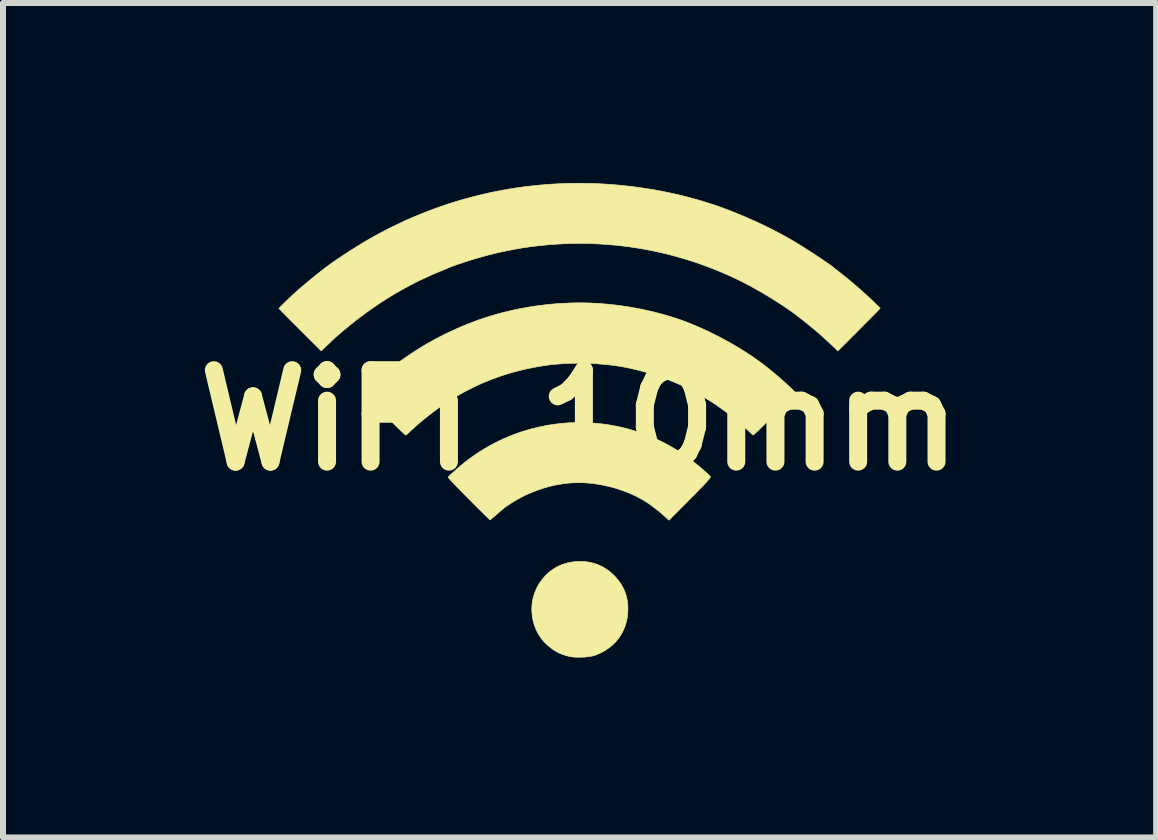
<source format=kicad_pcb>
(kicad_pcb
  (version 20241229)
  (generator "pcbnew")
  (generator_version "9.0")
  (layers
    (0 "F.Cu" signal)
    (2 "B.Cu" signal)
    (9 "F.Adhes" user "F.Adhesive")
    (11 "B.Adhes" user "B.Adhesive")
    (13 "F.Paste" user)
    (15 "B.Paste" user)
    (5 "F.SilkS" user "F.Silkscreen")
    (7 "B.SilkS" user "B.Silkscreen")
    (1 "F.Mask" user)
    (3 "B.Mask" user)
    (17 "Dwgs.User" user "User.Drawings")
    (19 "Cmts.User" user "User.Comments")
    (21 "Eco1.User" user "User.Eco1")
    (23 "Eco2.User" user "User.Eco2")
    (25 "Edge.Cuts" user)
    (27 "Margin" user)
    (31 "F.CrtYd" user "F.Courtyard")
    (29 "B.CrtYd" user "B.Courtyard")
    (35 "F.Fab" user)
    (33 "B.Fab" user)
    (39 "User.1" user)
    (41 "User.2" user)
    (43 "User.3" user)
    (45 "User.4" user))
  (footprint "WiFi_10mm"
    (layer "F.Cu")
    (at 6.611 3.956)
    (property "Reference" "WiFi_10mm" (at 0 0 0) (layer "F.SilkS") (effects (font (size 1.524 1.524) (thickness 0.3))))
    (attr through_hole)
    (fp_poly (pts (xy 0.041 2.353) (xy 0.081 2.355) (xy 0.096 2.357) (xy 0.14 2.362) (xy 0.182 2.37) (xy 0.224 2.38) (xy 0.265 2.392) (xy 0.304 2.406) (xy 0.343 2.423) (xy 0.381 2.442) (xy 0.418 2.463) (xy 0.454 2.486) (xy 0.484 2.507) (xy 0.499 2.519) (xy 0.513 2.531) (xy 0.527 2.543) (xy 0.541 2.555) (xy 0.556 2.569) (xy 0.569 2.581) (xy 0.6 2.614) (xy 0.629 2.647) (xy 0.656 2.681) (xy 0.681 2.715) (xy 0.703 2.751) (xy 0.723 2.787) (xy 0.741 2.824) (xy 0.757 2.862) (xy 0.771 2.901) (xy 0.778 2.925) (xy 0.788 2.963) (xy 0.795 3.003) (xy 0.801 3.043) (xy 0.805 3.085) (xy 0.807 3.127) (xy 0.806 3.169) (xy 0.804 3.212) (xy 0.8 3.255) (xy 0.794 3.297) (xy 0.791 3.314) (xy 0.781 3.356) (xy 0.77 3.398) (xy 0.757 3.438) (xy 0.741 3.478) (xy 0.723 3.517) (xy 0.703 3.554) (xy 0.682 3.59) (xy 0.658 3.625) (xy 0.633 3.659) (xy 0.626 3.666) (xy 0.612 3.683) (xy 0.597 3.699) (xy 0.582 3.715) (xy 0.567 3.729) (xy 0.561 3.736) (xy 0.553 3.743) (xy 0.547 3.748) (xy 0.542 3.753) (xy 0.538 3.756) (xy 0.534 3.76) (xy 0.53 3.763) (xy 0.525 3.767) (xy 0.52 3.771) (xy 0.514 3.776) (xy 0.513 3.777) (xy 0.479 3.802) (xy 0.444 3.826) (xy 0.407 3.849) (xy 0.369 3.869) (xy 0.329 3.888) (xy 0.289 3.906) (xy 0.259 3.917) (xy 0.239 3.923) (xy 0.218 3.929) (xy 0.194 3.934) (xy 0.168 3.938) (xy 0.14 3.942) (xy 0.11 3.945) (xy 0.078 3.948) (xy 0.049 3.949) (xy 0.038 3.95) (xy 0.025 3.95) (xy 0.012 3.95) (xy -0.002 3.95) (xy -0.017 3.95) (xy -0.031 3.95) (xy -0.044 3.95) (xy -0.057 3.95) (xy -0.067 3.949) (xy -0.069 3.949) (xy -0.097 3.947) (xy -0.122 3.945) (xy -0.147 3.941) (xy -0.169 3.937) (xy -0.175 3.935) (xy -0.213 3.926) (xy -0.249 3.915) (xy -0.283 3.904) (xy -0.316 3.891) (xy -0.348 3.876) (xy -0.379 3.86) (xy -0.41 3.842) (xy -0.44 3.822) (xy -0.471 3.8) (xy -0.499 3.778) (xy -0.524 3.757) (xy -0.547 3.737) (xy -0.568 3.717) (xy -0.589 3.696) (xy -0.608 3.674) (xy -0.627 3.651) (xy -0.637 3.637) (xy -0.661 3.603) (xy -0.684 3.567) (xy -0.704 3.53) (xy -0.723 3.492) (xy -0.739 3.453) (xy -0.754 3.413) (xy -0.766 3.372) (xy -0.776 3.33) (xy -0.784 3.288) (xy -0.79 3.245) (xy -0.794 3.202) (xy -0.796 3.159) (xy -0.795 3.116) (xy -0.792 3.073) (xy -0.791 3.068) (xy -0.786 3.025) (xy -0.778 2.982) (xy -0.768 2.94) (xy -0.755 2.898) (xy -0.741 2.858) (xy -0.724 2.819) (xy -0.706 2.78) (xy -0.685 2.743) (xy -0.662 2.707) (xy -0.661 2.705) (xy -0.634 2.668) (xy -0.606 2.633) (xy -0.577 2.599) (xy -0.547 2.568) (xy -0.515 2.54) (xy -0.482 2.513) (xy -0.448 2.488) (xy -0.413 2.465) (xy -0.377 2.444) (xy -0.339 2.426) (xy -0.3 2.409) (xy -0.26 2.395) (xy -0.219 2.383) (xy -0.203 2.378) (xy -0.164 2.37) (xy -0.124 2.363) (xy -0.083 2.358) (xy -0.041 2.354) (xy -0.000035 2.353) (xy 0.041 2.353)) (stroke (width 0.01) (type solid)) (fill yes) (layer "F.SilkS"))
    (fp_poly (pts (xy 0.064 0.038) (xy 0.129 0.04) (xy 0.195 0.044) (xy 0.261 0.049) (xy 0.289 0.051) (xy 0.372 0.06) (xy 0.455 0.071) (xy 0.538 0.085) (xy 0.62 0.1) (xy 0.702 0.118) (xy 0.784 0.138) (xy 0.864 0.161) (xy 0.944 0.185) (xy 1.024 0.211) (xy 1.102 0.24) (xy 1.179 0.271) (xy 1.256 0.303) (xy 1.331 0.338) (xy 1.405 0.374) (xy 1.477 0.413) (xy 1.549 0.453) (xy 1.604 0.486) (xy 1.66 0.521) (xy 1.716 0.558) (xy 1.772 0.597) (xy 1.827 0.637) (xy 1.883 0.679) (xy 1.938 0.723) (xy 1.994 0.769) (xy 2.051 0.817) (xy 2.069 0.833) (xy 2.082 0.845) (xy 2.094 0.855) (xy 2.104 0.864) (xy 2.114 0.873) (xy 2.123 0.881) (xy 2.131 0.889) (xy 2.139 0.896) (xy 2.148 0.905) (xy 2.153 0.91) (xy 2.161 0.918) (xy 2.169 0.926) (xy 2.174 0.932) (xy 2.178 0.936) (xy 2.181 0.94) (xy 2.183 0.943) (xy 2.184 0.945) (xy 2.183 0.946) (xy 2.181 0.951) (xy 2.178 0.957) (xy 2.172 0.964) (xy 2.165 0.974) (xy 2.156 0.985) (xy 2.145 0.997) (xy 2.133 1.011) (xy 2.119 1.027) (xy 2.103 1.044) (xy 2.085 1.063) (xy 2.066 1.084) (xy 2.045 1.106) (xy 2.022 1.13) (xy 1.997 1.155) (xy 1.971 1.182) (xy 1.943 1.211) (xy 1.913 1.242) (xy 1.881 1.274) (xy 1.871 1.284) (xy 1.855 1.3) (xy 1.839 1.316) (xy 1.822 1.333) (xy 1.805 1.35) (xy 1.788 1.368) (xy 1.77 1.386) (xy 1.752 1.404) (xy 1.735 1.422) (xy 1.717 1.44) (xy 1.699 1.457) (xy 1.682 1.475) (xy 1.664 1.492) (xy 1.648 1.509) (xy 1.631 1.526) (xy 1.615 1.542) (xy 1.6 1.557) (xy 1.585 1.572) (xy 1.571 1.586) (xy 1.558 1.599) (xy 1.546 1.611) (xy 1.535 1.622) (xy 1.525 1.632) (xy 1.516 1.641) (xy 1.509 1.649) (xy 1.503 1.655) (xy 1.498 1.66) (xy 1.494 1.663) (xy 1.493 1.665) (xy 1.492 1.665) (xy 1.491 1.665) (xy 1.489 1.663) (xy 1.485 1.659) (xy 1.479 1.655) (xy 1.473 1.649) (xy 1.466 1.643) (xy 1.458 1.636) (xy 1.451 1.629) (xy 1.432 1.612) (xy 1.415 1.597) (xy 1.399 1.583) (xy 1.385 1.57) (xy 1.371 1.559) (xy 1.359 1.548) (xy 1.348 1.539) (xy 1.338 1.53) (xy 1.328 1.522) (xy 1.319 1.514) (xy 1.311 1.507) (xy 1.302 1.501) (xy 1.294 1.494) (xy 1.286 1.488) (xy 1.278 1.482) (xy 1.271 1.477) (xy 1.263 1.471) (xy 1.255 1.464) (xy 1.245 1.457) (xy 1.235 1.45) (xy 1.226 1.443) (xy 1.222 1.44) (xy 1.204 1.426) (xy 1.188 1.414) (xy 1.174 1.404) (xy 1.159 1.393) (xy 1.146 1.384) (xy 1.132 1.375) (xy 1.119 1.366) (xy 1.104 1.357) (xy 1.095 1.351) (xy 1.045 1.321) (xy 0.992 1.292) (xy 0.938 1.264) (xy 0.882 1.238) (xy 0.825 1.213) (xy 0.766 1.19) (xy 0.706 1.168) (xy 0.645 1.147) (xy 0.583 1.128) (xy 0.52 1.111) (xy 0.456 1.096) (xy 0.392 1.082) (xy 0.328 1.07) (xy 0.263 1.06) (xy 0.228 1.055) (xy 0.197 1.052) (xy 0.167 1.049) (xy 0.138 1.046) (xy 0.109 1.044) (xy 0.08 1.042) (xy 0.051 1.041) (xy 0.019 1.041) (xy 0.011 1.041) (xy -0.04 1.041) (xy -0.089 1.042) (xy -0.137 1.044) (xy -0.184 1.048) (xy -0.232 1.053) (xy -0.28 1.059) (xy -0.317 1.065) (xy -0.371 1.074) (xy -0.424 1.085) (xy -0.477 1.097) (xy -0.529 1.111) (xy -0.582 1.126) (xy -0.636 1.143) (xy -0.69 1.162) (xy -0.744 1.182) (xy -0.8 1.204) (xy -0.857 1.228) (xy -0.874 1.236) (xy -0.886 1.241) (xy -0.897 1.246) (xy -0.908 1.251) (xy -0.919 1.257) (xy -0.93 1.262) (xy -0.942 1.268) (xy -0.955 1.275) (xy -0.969 1.282) (xy -0.984 1.29) (xy -1.001 1.3) (xy -1.004 1.301) (xy -1.02 1.31) (xy -1.035 1.319) (xy -1.049 1.326) (xy -1.061 1.333) (xy -1.073 1.34) (xy -1.085 1.347) (xy -1.097 1.355) (xy -1.109 1.362) (xy -1.122 1.37) (xy -1.135 1.379) (xy -1.15 1.388) (xy -1.166 1.399) (xy -1.18 1.409) (xy -1.191 1.416) (xy -1.201 1.422) (xy -1.21 1.428) (xy -1.218 1.434) (xy -1.225 1.439) (xy -1.232 1.443) (xy -1.238 1.448) (xy -1.245 1.453) (xy -1.251 1.458) (xy -1.258 1.463) (xy -1.265 1.469) (xy -1.273 1.475) (xy -1.281 1.482) (xy -1.29 1.489) (xy -1.3 1.498) (xy -1.311 1.507) (xy -1.323 1.518) (xy -1.337 1.53) (xy -1.353 1.544) (xy -1.355 1.545) (xy -1.374 1.562) (xy -1.392 1.578) (xy -1.409 1.592) (xy -1.423 1.604) (xy -1.436 1.615) (xy -1.448 1.625) (xy -1.458 1.634) (xy -1.467 1.641) (xy -1.474 1.647) (xy -1.48 1.652) (xy -1.485 1.656) (xy -1.489 1.658) (xy -1.491 1.66) (xy -1.493 1.661) (xy -1.493 1.661) (xy -1.494 1.66) (xy -1.497 1.658) (xy -1.501 1.654) (xy -1.506 1.649) (xy -1.513 1.642) (xy -1.521 1.634) (xy -1.53 1.626) (xy -1.539 1.616) (xy -1.55 1.606) (xy -1.561 1.595) (xy -1.572 1.584) (xy -1.577 1.579) (xy -1.59 1.567) (xy -1.603 1.553) (xy -1.617 1.54) (xy -1.63 1.527) (xy -1.643 1.513) (xy -1.656 1.501) (xy -1.668 1.489) (xy -1.68 1.478) (xy -1.69 1.468) (xy -1.698 1.459) (xy -1.703 1.454) (xy -1.71 1.448) (xy -1.718 1.44) (xy -1.727 1.43) (xy -1.738 1.42) (xy -1.75 1.408) (xy -1.762 1.395) (xy -1.776 1.382) (xy -1.79 1.368) (xy -1.804 1.353) (xy -1.819 1.338) (xy -1.834 1.323) (xy -1.849 1.308) (xy -1.862 1.295) (xy -1.894 1.262) (xy -1.925 1.231) (xy -1.955 1.201) (xy -1.983 1.173) (xy -2.008 1.146) (xy -2.033 1.121) (xy -2.055 1.098) (xy -2.076 1.076) (xy -2.095 1.056) (xy -2.113 1.038) (xy -2.129 1.021) (xy -2.143 1.006) (xy -2.155 0.993) (xy -2.166 0.981) (xy -2.175 0.971) (xy -2.182 0.962) (xy -2.185 0.959) (xy -2.188 0.955) (xy -2.189 0.953) (xy -2.19 0.951) (xy -2.19 0.948) (xy -2.188 0.946) (xy -2.185 0.942) (xy -2.18 0.937) (xy -2.179 0.936) (xy -2.169 0.926) (xy -2.158 0.915) (xy -2.145 0.902) (xy -2.131 0.889) (xy -2.115 0.875) (xy -2.098 0.86) (xy -2.081 0.844) (xy -2.063 0.828) (xy -2.044 0.811) (xy -2.025 0.795) (xy -2.005 0.778) (xy -1.986 0.761) (xy -1.967 0.745) (xy -1.947 0.729) (xy -1.929 0.714) (xy -1.911 0.699) (xy -1.909 0.698) (xy -1.899 0.69) (xy -1.888 0.681) (xy -1.875 0.672) (xy -1.862 0.662) (xy -1.848 0.651) (xy -1.834 0.641) (xy -1.82 0.631) (xy -1.808 0.621) (xy -1.796 0.613) (xy -1.793 0.611) (xy -1.723 0.562) (xy -1.651 0.515) (xy -1.578 0.47) (xy -1.504 0.428) (xy -1.429 0.387) (xy -1.352 0.349) (xy -1.275 0.312) (xy -1.197 0.278) (xy -1.118 0.246) (xy -1.038 0.217) (xy -0.957 0.189) (xy -0.876 0.164) (xy -0.794 0.141) (xy -0.711 0.12) (xy -0.627 0.102) (xy -0.543 0.085) (xy -0.458 0.072) (xy -0.373 0.06) (xy -0.321 0.054) (xy -0.291 0.051) (xy -0.262 0.049) (xy -0.233 0.046) (xy -0.204 0.044) (xy -0.175 0.042) (xy -0.145 0.041) (xy -0.114 0.04) (xy -0.082 0.039) (xy -0.062 0.038) (xy 0.001 0.038) (xy 0.064 0.038)) (stroke (width 0.01) (type solid)) (fill yes) (layer "F.SilkS"))
    (fp_poly (pts (xy 0.08 -1.957) (xy 0.168 -1.955) (xy 0.257 -1.951) (xy 0.337 -1.946) (xy 0.436 -1.938) (xy 0.535 -1.928) (xy 0.636 -1.917) (xy 0.736 -1.903) (xy 0.837 -1.887) (xy 0.938 -1.869) (xy 1.039 -1.85) (xy 1.139 -1.828) (xy 1.239 -1.805) (xy 1.338 -1.78) (xy 1.435 -1.753) (xy 1.531 -1.724) (xy 1.565 -1.714) (xy 1.631 -1.692) (xy 1.698 -1.669) (xy 1.767 -1.644) (xy 1.836 -1.617) (xy 1.906 -1.588) (xy 1.976 -1.558) (xy 2.047 -1.527) (xy 2.118 -1.494) (xy 2.19 -1.46) (xy 2.261 -1.424) (xy 2.332 -1.388) (xy 2.403 -1.35) (xy 2.473 -1.312) (xy 2.542 -1.273) (xy 2.611 -1.233) (xy 2.678 -1.192) (xy 2.745 -1.151) (xy 2.81 -1.109) (xy 2.873 -1.067) (xy 2.935 -1.024) (xy 2.995 -0.981) (xy 3.053 -0.938) (xy 3.08 -0.918) (xy 3.106 -0.898) (xy 3.132 -0.877) (xy 3.159 -0.855) (xy 3.187 -0.833) (xy 3.215 -0.81) (xy 3.243 -0.787) (xy 3.271 -0.763) (xy 3.299 -0.739) (xy 3.326 -0.716) (xy 3.353 -0.692) (xy 3.38 -0.669) (xy 3.406 -0.646) (xy 3.431 -0.624) (xy 3.454 -0.602) (xy 3.477 -0.581) (xy 3.498 -0.561) (xy 3.518 -0.542) (xy 3.536 -0.525) (xy 3.55 -0.511) (xy 3.562 -0.499) (xy 3.572 -0.488) (xy 3.58 -0.479) (xy 3.586 -0.471) (xy 3.591 -0.465) (xy 3.594 -0.459) (xy 3.595 -0.456) (xy 3.595 -0.453) (xy 3.593 -0.451) (xy 3.59 -0.448) (xy 3.586 -0.443) (xy 3.58 -0.436) (xy 3.573 -0.429) (xy 3.565 -0.42) (xy 3.556 -0.411) (xy 3.55 -0.404) (xy 3.537 -0.39) (xy 3.523 -0.375) (xy 3.507 -0.359) (xy 3.49 -0.342) (xy 3.472 -0.323) (xy 3.453 -0.303) (xy 3.432 -0.283) (xy 3.411 -0.261) (xy 3.389 -0.239) (xy 3.366 -0.216) (xy 3.343 -0.192) (xy 3.32 -0.168) (xy 3.296 -0.144) (xy 3.271 -0.12) (xy 3.247 -0.096) (xy 3.223 -0.071) (xy 3.199 -0.047) (xy 3.175 -0.023) (xy 3.151 0.00042) (xy 3.128 0.024) (xy 3.105 0.046) (xy 3.083 0.068) (xy 3.062 0.089) (xy 3.041 0.109) (xy 3.022 0.128) (xy 3.004 0.146) (xy 2.987 0.162) (xy 2.971 0.177) (xy 2.957 0.191) (xy 2.944 0.203) (xy 2.942 0.205) (xy 2.933 0.213) (xy 2.925 0.221) (xy 2.918 0.228) (xy 2.911 0.234) (xy 2.906 0.239) (xy 2.901 0.243) (xy 2.898 0.245) (xy 2.896 0.246) (xy 2.896 0.246) (xy 2.895 0.246) (xy 2.893 0.245) (xy 2.89 0.244) (xy 2.886 0.242) (xy 2.883 0.239) (xy 2.878 0.235) (xy 2.872 0.23) (xy 2.865 0.223) (xy 2.857 0.215) (xy 2.853 0.211) (xy 2.841 0.2) (xy 2.827 0.187) (xy 2.812 0.173) (xy 2.796 0.158) (xy 2.779 0.142) (xy 2.761 0.126) (xy 2.742 0.109) (xy 2.723 0.092) (xy 2.703 0.075) (xy 2.684 0.058) (xy 2.665 0.041) (xy 2.646 0.025) (xy 2.628 0.01) (xy 2.611 -0.005) (xy 2.601 -0.013) (xy 2.523 -0.076) (xy 2.444 -0.137) (xy 2.365 -0.195) (xy 2.284 -0.252) (xy 2.202 -0.306) (xy 2.119 -0.358) (xy 2.035 -0.408) (xy 1.95 -0.456) (xy 1.863 -0.502) (xy 1.776 -0.546) (xy 1.687 -0.587) (xy 1.597 -0.627) (xy 1.506 -0.664) (xy 1.414 -0.7) (xy 1.321 -0.733) (xy 1.226 -0.764) (xy 1.13 -0.793) (xy 1.108 -0.8) (xy 1.048 -0.816) (xy 0.989 -0.832) (xy 0.932 -0.846) (xy 0.875 -0.859) (xy 0.82 -0.872) (xy 0.764 -0.883) (xy 0.709 -0.893) (xy 0.653 -0.902) (xy 0.597 -0.91) (xy 0.54 -0.918) (xy 0.533 -0.919) (xy 0.498 -0.923) (xy 0.463 -0.927) (xy 0.43 -0.93) (xy 0.396 -0.934) (xy 0.362 -0.936) (xy 0.328 -0.939) (xy 0.293 -0.942) (xy 0.256 -0.944) (xy 0.218 -0.946) (xy 0.179 -0.948) (xy 0.149 -0.949) (xy 0.141 -0.949) (xy 0.13 -0.95) (xy 0.117 -0.95) (xy 0.103 -0.95) (xy 0.087 -0.95) (xy 0.07 -0.95) (xy 0.052 -0.951) (xy 0.034 -0.951) (xy 0.015 -0.951) (xy -0.005 -0.951) (xy -0.024 -0.951) (xy -0.044 -0.951) (xy -0.062 -0.951) (xy -0.08 -0.95) (xy -0.098 -0.95) (xy -0.114 -0.95) (xy -0.128 -0.95) (xy -0.141 -0.95) (xy -0.152 -0.95) (xy -0.161 -0.949) (xy -0.162 -0.949) (xy -0.218 -0.947) (xy -0.271 -0.944) (xy -0.323 -0.94) (xy -0.373 -0.936) (xy -0.422 -0.932) (xy -0.471 -0.927) (xy -0.519 -0.921) (xy -0.566 -0.914) (xy -0.614 -0.907) (xy -0.663 -0.899) (xy -0.712 -0.891) (xy -0.762 -0.881) (xy -0.803 -0.873) (xy -0.9 -0.853) (xy -0.995 -0.83) (xy -1.09 -0.805) (xy -1.183 -0.779) (xy -1.275 -0.75) (xy -1.365 -0.719) (xy -1.455 -0.686) (xy -1.544 -0.651) (xy -1.632 -0.614) (xy -1.718 -0.575) (xy -1.804 -0.533) (xy -1.889 -0.49) (xy -1.973 -0.444) (xy -2.056 -0.396) (xy -2.139 -0.345) (xy -2.221 -0.293) (xy -2.302 -0.238) (xy -2.382 -0.181) (xy -2.461 -0.122) (xy -2.54 -0.06) (xy -2.619 0.004) (xy -2.62 0.005) (xy -2.637 0.019) (xy -2.655 0.034) (xy -2.674 0.05) (xy -2.692 0.066) (xy -2.711 0.083) (xy -2.73 0.099) (xy -2.748 0.115) (xy -2.766 0.131) (xy -2.783 0.146) (xy -2.799 0.161) (xy -2.815 0.175) (xy -2.828 0.188) (xy -2.841 0.2) (xy -2.851 0.21) (xy -2.862 0.22) (xy -2.87 0.228) (xy -2.878 0.234) (xy -2.884 0.239) (xy -2.889 0.242) (xy -2.893 0.244) (xy -2.897 0.245) (xy -2.9 0.245) (xy -2.903 0.244) (xy -2.906 0.241) (xy -2.911 0.237) (xy -2.917 0.231) (xy -2.925 0.224) (xy -2.935 0.215) (xy -2.945 0.205) (xy -2.957 0.194) (xy -2.97 0.182) (xy -2.984 0.168) (xy -3 0.153) (xy -3.016 0.138) (xy -3.033 0.121) (xy -3.051 0.104) (xy -3.069 0.086) (xy -3.089 0.067) (xy -3.108 0.047) (xy -3.129 0.027) (xy -3.15 0.006) (xy -3.171 -0.015) (xy -3.192 -0.036) (xy -3.214 -0.058) (xy -3.236 -0.08) (xy -3.258 -0.102) (xy -3.28 -0.124) (xy -3.301 -0.146) (xy -3.323 -0.168) (xy -3.345 -0.189) (xy -3.366 -0.211) (xy -3.387 -0.232) (xy -3.407 -0.253) (xy -3.427 -0.273) (xy -3.447 -0.293) (xy -3.465 -0.313) (xy -3.483 -0.331) (xy -3.498 -0.347) (xy -3.513 -0.362) (xy -3.526 -0.376) (xy -3.539 -0.39) (xy -3.551 -0.402) (xy -3.561 -0.413) (xy -3.57 -0.423) (xy -3.578 -0.431) (xy -3.584 -0.439) (xy -3.589 -0.444) (xy -3.593 -0.449) (xy -3.595 -0.451) (xy -3.595 -0.452) (xy -3.595 -0.454) (xy -3.595 -0.456) (xy -3.593 -0.459) (xy -3.593 -0.46) (xy -3.588 -0.465) (xy -3.582 -0.472) (xy -3.575 -0.481) (xy -3.566 -0.491) (xy -3.556 -0.501) (xy -3.544 -0.513) (xy -3.532 -0.526) (xy -3.518 -0.54) (xy -3.503 -0.554) (xy -3.488 -0.569) (xy -3.472 -0.585) (xy -3.455 -0.601) (xy -3.438 -0.617) (xy -3.42 -0.633) (xy -3.402 -0.65) (xy -3.385 -0.666) (xy -3.37 -0.679) (xy -3.347 -0.7) (xy -3.323 -0.721) (xy -3.297 -0.743) (xy -3.269 -0.766) (xy -3.241 -0.79) (xy -3.211 -0.814) (xy -3.182 -0.838) (xy -3.151 -0.862) (xy -3.121 -0.885) (xy -3.091 -0.909) (xy -3.061 -0.931) (xy -2.973 -0.996) (xy -2.885 -1.058) (xy -2.796 -1.118) (xy -2.706 -1.177) (xy -2.615 -1.233) (xy -2.523 -1.287) (xy -2.429 -1.339) (xy -2.335 -1.389) (xy -2.239 -1.438) (xy -2.141 -1.484) (xy -2.042 -1.529) (xy -1.992 -1.551) (xy -1.894 -1.592) (xy -1.795 -1.631) (xy -1.696 -1.668) (xy -1.596 -1.702) (xy -1.496 -1.734) (xy -1.395 -1.764) (xy -1.293 -1.792) (xy -1.191 -1.817) (xy -1.088 -1.841) (xy -0.983 -1.862) (xy -0.878 -1.881) (xy -0.772 -1.899) (xy -0.664 -1.914) (xy -0.628 -1.918) (xy -0.536 -1.929) (xy -0.446 -1.938) (xy -0.357 -1.945) (xy -0.269 -1.95) (xy -0.182 -1.954) (xy -0.095 -1.957) (xy -0.007 -1.958) (xy 0.08 -1.957)) (stroke (width 0.01) (type solid)) (fill yes) (layer "F.SilkS"))
    (fp_poly (pts (xy 0.121 -3.95) (xy 0.253 -3.946) (xy 0.301 -3.944) (xy 0.418 -3.938) (xy 0.536 -3.93) (xy 0.653 -3.92) (xy 0.77 -3.908) (xy 0.887 -3.895) (xy 1.004 -3.879) (xy 1.12 -3.862) (xy 1.236 -3.843) (xy 1.351 -3.822) (xy 1.465 -3.799) (xy 1.579 -3.775) (xy 1.691 -3.749) (xy 1.802 -3.721) (xy 1.913 -3.691) (xy 2.022 -3.66) (xy 2.129 -3.627) (xy 2.235 -3.593) (xy 2.34 -3.557) (xy 2.443 -3.519) (xy 2.532 -3.485) (xy 2.58 -3.465) (xy 2.629 -3.445) (xy 2.679 -3.425) (xy 2.729 -3.404) (xy 2.779 -3.383) (xy 2.827 -3.361) (xy 2.875 -3.34) (xy 2.922 -3.32) (xy 2.967 -3.299) (xy 2.989 -3.289) (xy 3.04 -3.265) (xy 3.093 -3.239) (xy 3.146 -3.213) (xy 3.199 -3.187) (xy 3.252 -3.159) (xy 3.305 -3.132) (xy 3.357 -3.104) (xy 3.409 -3.076) (xy 3.459 -3.048) (xy 3.508 -3.02) (xy 3.556 -2.993) (xy 3.602 -2.966) (xy 3.643 -2.94) (xy 3.675 -2.921) (xy 3.708 -2.9) (xy 3.742 -2.879) (xy 3.777 -2.856) (xy 3.812 -2.834) (xy 3.849 -2.81) (xy 3.885 -2.787) (xy 3.921 -2.763) (xy 3.957 -2.739) (xy 3.992 -2.716) (xy 4.026 -2.693) (xy 4.06 -2.671) (xy 4.091 -2.649) (xy 4.121 -2.628) (xy 4.138 -2.617) (xy 4.16 -2.601) (xy 4.181 -2.587) (xy 4.2 -2.572) (xy 4.218 -2.559) (xy 4.234 -2.547) (xy 4.244 -2.538) (xy 4.254 -2.53) (xy 4.264 -2.522) (xy 4.276 -2.513) (xy 4.288 -2.503) (xy 4.302 -2.492) (xy 4.318 -2.48) (xy 4.335 -2.466) (xy 4.353 -2.452) (xy 4.354 -2.452) (xy 4.364 -2.443) (xy 4.375 -2.435) (xy 4.386 -2.426) (xy 4.397 -2.417) (xy 4.408 -2.409) (xy 4.417 -2.402) (xy 4.425 -2.395) (xy 4.429 -2.392) (xy 4.458 -2.368) (xy 4.488 -2.344) (xy 4.519 -2.318) (xy 4.55 -2.292) (xy 4.581 -2.265) (xy 4.613 -2.238) (xy 4.645 -2.21) (xy 4.676 -2.183) (xy 4.707 -2.155) (xy 4.737 -2.128) (xy 4.767 -2.102) (xy 4.795 -2.076) (xy 4.822 -2.051) (xy 4.848 -2.027) (xy 4.872 -2.004) (xy 4.881 -1.996) (xy 4.894 -1.984) (xy 4.906 -1.971) (xy 4.918 -1.959) (xy 4.931 -1.948) (xy 4.942 -1.936) (xy 4.954 -1.925) (xy 4.964 -1.915) (xy 4.974 -1.905) (xy 4.983 -1.897) (xy 4.991 -1.889) (xy 4.998 -1.882) (xy 5.004 -1.876) (xy 5.008 -1.872) (xy 5.011 -1.869) (xy 5.012 -1.868) (xy 5.012 -1.868) (xy 5.011 -1.867) (xy 5.009 -1.864) (xy 5.005 -1.86) (xy 4.999 -1.854) (xy 4.993 -1.847) (xy 4.985 -1.839) (xy 4.976 -1.829) (xy 4.965 -1.819) (xy 4.954 -1.807) (xy 4.942 -1.795) (xy 4.929 -1.782) (xy 4.915 -1.768) (xy 4.901 -1.753) (xy 4.886 -1.739) (xy 4.871 -1.723) (xy 4.871 -1.723) (xy 4.858 -1.71) (xy 4.844 -1.695) (xy 4.829 -1.68) (xy 4.813 -1.664) (xy 4.796 -1.648) (xy 4.779 -1.63) (xy 4.761 -1.612) (xy 4.743 -1.594) (xy 4.724 -1.575) (xy 4.705 -1.556) (xy 4.685 -1.536) (xy 4.666 -1.516) (xy 4.646 -1.496) (xy 4.626 -1.476) (xy 4.606 -1.456) (xy 4.586 -1.436) (xy 4.566 -1.416) (xy 4.546 -1.397) (xy 4.527 -1.377) (xy 4.508 -1.358) (xy 4.49 -1.339) (xy 4.471 -1.321) (xy 4.454 -1.304) (xy 4.437 -1.287) (xy 4.421 -1.27) (xy 4.405 -1.255) (xy 4.391 -1.24) (xy 4.377 -1.226) (xy 4.364 -1.214) (xy 4.353 -1.202) (xy 4.342 -1.192) (xy 4.333 -1.182) (xy 4.325 -1.174) (xy 4.318 -1.168) (xy 4.313 -1.162) (xy 4.309 -1.159) (xy 4.307 -1.156) (xy 4.306 -1.156) (xy 4.305 -1.157) (xy 4.303 -1.159) (xy 4.299 -1.163) (xy 4.294 -1.167) (xy 4.288 -1.173) (xy 4.281 -1.18) (xy 4.273 -1.187) (xy 4.265 -1.195) (xy 4.265 -1.196) (xy 4.226 -1.232) (xy 4.19 -1.267) (xy 4.154 -1.3) (xy 4.12 -1.332) (xy 4.087 -1.362) (xy 4.055 -1.391) (xy 4.023 -1.42) (xy 3.992 -1.447) (xy 3.961 -1.474) (xy 3.931 -1.5) (xy 3.9 -1.525) (xy 3.87 -1.55) (xy 3.84 -1.575) (xy 3.838 -1.576) (xy 3.808 -1.601) (xy 3.78 -1.623) (xy 3.753 -1.645) (xy 3.728 -1.665) (xy 3.705 -1.683) (xy 3.683 -1.7) (xy 3.663 -1.716) (xy 3.645 -1.73) (xy 3.628 -1.743) (xy 3.613 -1.755) (xy 3.599 -1.766) (xy 3.586 -1.775) (xy 3.576 -1.783) (xy 3.523 -1.82) (xy 3.468 -1.858) (xy 3.412 -1.897) (xy 3.354 -1.935) (xy 3.295 -1.973) (xy 3.236 -2.01) (xy 3.176 -2.048) (xy 3.115 -2.085) (xy 3.054 -2.121) (xy 2.993 -2.156) (xy 2.933 -2.19) (xy 2.873 -2.224) (xy 2.813 -2.256) (xy 2.755 -2.286) (xy 2.698 -2.315) (xy 2.645 -2.342) (xy 2.536 -2.393) (xy 2.426 -2.442) (xy 2.316 -2.489) (xy 2.204 -2.534) (xy 2.092 -2.576) (xy 1.979 -2.617) (xy 1.865 -2.655) (xy 1.75 -2.69) (xy 1.635 -2.724) (xy 1.519 -2.755) (xy 1.402 -2.784) (xy 1.285 -2.811) (xy 1.168 -2.835) (xy 1.049 -2.857) (xy 1.045 -2.857) (xy 0.971 -2.87) (xy 0.898 -2.881) (xy 0.826 -2.892) (xy 0.753 -2.901) (xy 0.681 -2.91) (xy 0.608 -2.918) (xy 0.534 -2.924) (xy 0.46 -2.93) (xy 0.384 -2.936) (xy 0.307 -2.94) (xy 0.228 -2.944) (xy 0.183 -2.945) (xy 0.173 -2.946) (xy 0.16 -2.946) (xy 0.145 -2.946) (xy 0.129 -2.947) (xy 0.111 -2.947) (xy 0.093 -2.947) (xy 0.073 -2.947) (xy 0.053 -2.947) (xy 0.032 -2.947) (xy 0.011 -2.947) (xy -0.01 -2.947) (xy -0.03 -2.947) (xy -0.05 -2.947) (xy -0.068 -2.947) (xy -0.086 -2.947) (xy -0.102 -2.947) (xy -0.117 -2.947) (xy -0.129 -2.947) (xy -0.13 -2.947) (xy -0.247 -2.943) (xy -0.363 -2.937) (xy -0.478 -2.929) (xy -0.591 -2.919) (xy -0.705 -2.907) (xy -0.817 -2.893) (xy -0.93 -2.877) (xy -1.042 -2.858) (xy -1.154 -2.837) (xy -1.267 -2.814) (xy -1.29 -2.809) (xy -1.339 -2.799) (xy -1.386 -2.788) (xy -1.433 -2.776) (xy -1.48 -2.765) (xy -1.527 -2.753) (xy -1.574 -2.74) (xy -1.622 -2.727) (xy -1.67 -2.713) (xy -1.719 -2.699) (xy -1.77 -2.684) (xy -1.822 -2.668) (xy -1.875 -2.651) (xy -1.931 -2.633) (xy -1.943 -2.629) (xy -1.977 -2.617) (xy -2.009 -2.607) (xy -2.039 -2.597) (xy -2.067 -2.587) (xy -2.092 -2.578) (xy -2.116 -2.569) (xy -2.138 -2.561) (xy -2.157 -2.553) (xy -2.175 -2.546) (xy -2.192 -2.539) (xy -2.202 -2.534) (xy -2.214 -2.529) (xy -2.228 -2.523) (xy -2.243 -2.517) (xy -2.259 -2.51) (xy -2.278 -2.502) (xy -2.298 -2.494) (xy -2.32 -2.485) (xy -2.331 -2.48) (xy -2.354 -2.471) (xy -2.375 -2.462) (xy -2.394 -2.454) (xy -2.413 -2.446) (xy -2.431 -2.438) (xy -2.449 -2.431) (xy -2.465 -2.424) (xy -2.568 -2.377) (xy -2.671 -2.329) (xy -2.772 -2.278) (xy -2.873 -2.225) (xy -2.973 -2.17) (xy -3.072 -2.113) (xy -3.17 -2.054) (xy -3.268 -1.992) (xy -3.365 -1.928) (xy -3.461 -1.862) (xy -3.557 -1.794) (xy -3.652 -1.723) (xy -3.718 -1.673) (xy -3.748 -1.649) (xy -3.779 -1.625) (xy -3.809 -1.6) (xy -3.84 -1.575) (xy -3.871 -1.55) (xy -3.903 -1.523) (xy -3.936 -1.496) (xy -3.97 -1.467) (xy -4.006 -1.436) (xy -4.013 -1.429) (xy -4.028 -1.417) (xy -4.041 -1.405) (xy -4.053 -1.395) (xy -4.064 -1.386) (xy -4.073 -1.378) (xy -4.082 -1.37) (xy -4.09 -1.363) (xy -4.097 -1.356) (xy -4.105 -1.349) (xy -4.112 -1.343) (xy -4.119 -1.336) (xy -4.127 -1.328) (xy -4.135 -1.321) (xy -4.144 -1.312) (xy -4.145 -1.311) (xy -4.164 -1.292) (xy -4.183 -1.274) (xy -4.2 -1.258) (xy -4.216 -1.242) (xy -4.232 -1.228) (xy -4.245 -1.214) (xy -4.258 -1.202) (xy -4.269 -1.192) (xy -4.279 -1.182) (xy -4.287 -1.174) (xy -4.294 -1.168) (xy -4.3 -1.163) (xy -4.303 -1.159) (xy -4.306 -1.158) (xy -4.306 -1.157) (xy -4.307 -1.158) (xy -4.31 -1.16) (xy -4.314 -1.164) (xy -4.319 -1.17) (xy -4.326 -1.177) (xy -4.335 -1.185) (xy -4.344 -1.195) (xy -4.355 -1.206) (xy -4.367 -1.218) (xy -4.38 -1.231) (xy -4.394 -1.245) (xy -4.409 -1.26) (xy -4.425 -1.275) (xy -4.442 -1.292) (xy -4.459 -1.31) (xy -4.478 -1.328) (xy -4.496 -1.346) (xy -4.515 -1.365) (xy -4.535 -1.385) (xy -4.555 -1.405) (xy -4.575 -1.425) (xy -4.596 -1.446) (xy -4.617 -1.467) (xy -4.638 -1.488) (xy -4.659 -1.509) (xy -4.679 -1.529) (xy -4.7 -1.55) (xy -4.721 -1.571) (xy -4.741 -1.591) (xy -4.761 -1.611) (xy -4.781 -1.631) (xy -4.8 -1.65) (xy -4.819 -1.669) (xy -4.837 -1.687) (xy -4.854 -1.705) (xy -4.871 -1.721) (xy -4.887 -1.737) (xy -4.902 -1.752) (xy -4.916 -1.767) (xy -4.929 -1.78) (xy -4.941 -1.792) (xy -4.952 -1.803) (xy -4.962 -1.813) (xy -4.97 -1.821) (xy -4.977 -1.829) (xy -4.983 -1.834) (xy -4.987 -1.839) (xy -4.989 -1.84) (xy -5.012 -1.864) (xy -5.007 -1.87) (xy -5.005 -1.872) (xy -5.001 -1.876) (xy -4.996 -1.881) (xy -4.99 -1.887) (xy -4.983 -1.895) (xy -4.974 -1.903) (xy -4.965 -1.912) (xy -4.956 -1.922) (xy -4.945 -1.932) (xy -4.935 -1.942) (xy -4.924 -1.953) (xy -4.913 -1.964) (xy -4.902 -1.974) (xy -4.892 -1.985) (xy -4.882 -1.994) (xy -4.872 -2.004) (xy -4.864 -2.012) (xy -4.856 -2.02) (xy -4.849 -2.026) (xy -4.845 -2.03) (xy -4.791 -2.081) (xy -4.734 -2.132) (xy -4.675 -2.185) (xy -4.615 -2.237) (xy -4.552 -2.29) (xy -4.487 -2.344) (xy -4.42 -2.399) (xy -4.351 -2.454) (xy -4.279 -2.51) (xy -4.229 -2.549) (xy -4.21 -2.562) (xy -4.192 -2.576) (xy -4.174 -2.589) (xy -4.156 -2.603) (xy -4.137 -2.616) (xy -4.118 -2.63) (xy -4.097 -2.644) (xy -4.076 -2.659) (xy -4.053 -2.674) (xy -4.029 -2.691) (xy -4.003 -2.708) (xy -3.976 -2.726) (xy -3.975 -2.727) (xy -3.927 -2.758) (xy -3.88 -2.789) (xy -3.834 -2.819) (xy -3.788 -2.849) (xy -3.742 -2.877) (xy -3.698 -2.905) (xy -3.654 -2.932) (xy -3.612 -2.958) (xy -3.571 -2.982) (xy -3.532 -3.005) (xy -3.494 -3.027) (xy -3.465 -3.044) (xy -3.354 -3.105) (xy -3.242 -3.164) (xy -3.129 -3.222) (xy -3.014 -3.277) (xy -2.899 -3.331) (xy -2.782 -3.382) (xy -2.665 -3.431) (xy -2.547 -3.478) (xy -2.428 -3.523) (xy -2.309 -3.565) (xy -2.19 -3.606) (xy -2.07 -3.643) (xy -2.057 -3.647) (xy -1.932 -3.684) (xy -1.807 -3.718) (xy -1.681 -3.75) (xy -1.555 -3.78) (xy -1.428 -3.807) (xy -1.301 -3.832) (xy -1.174 -3.855) (xy -1.046 -3.875) (xy -0.917 -3.893) (xy -0.789 -3.908) (xy -0.659 -3.921) (xy -0.53 -3.932) (xy -0.4 -3.94) (xy -0.27 -3.946) (xy -0.14 -3.95) (xy -0.009 -3.951) (xy 0.121 -3.95)) (stroke (width 0.01) (type solid)) (fill yes) (layer "F.SilkS")))
  (gr_rect
    (start -3 -3)
    (end 16.223 10.911)
    (stroke (width 0.1) (type default))
    (fill no)
    (layer "Edge.Cuts")))
</source>
